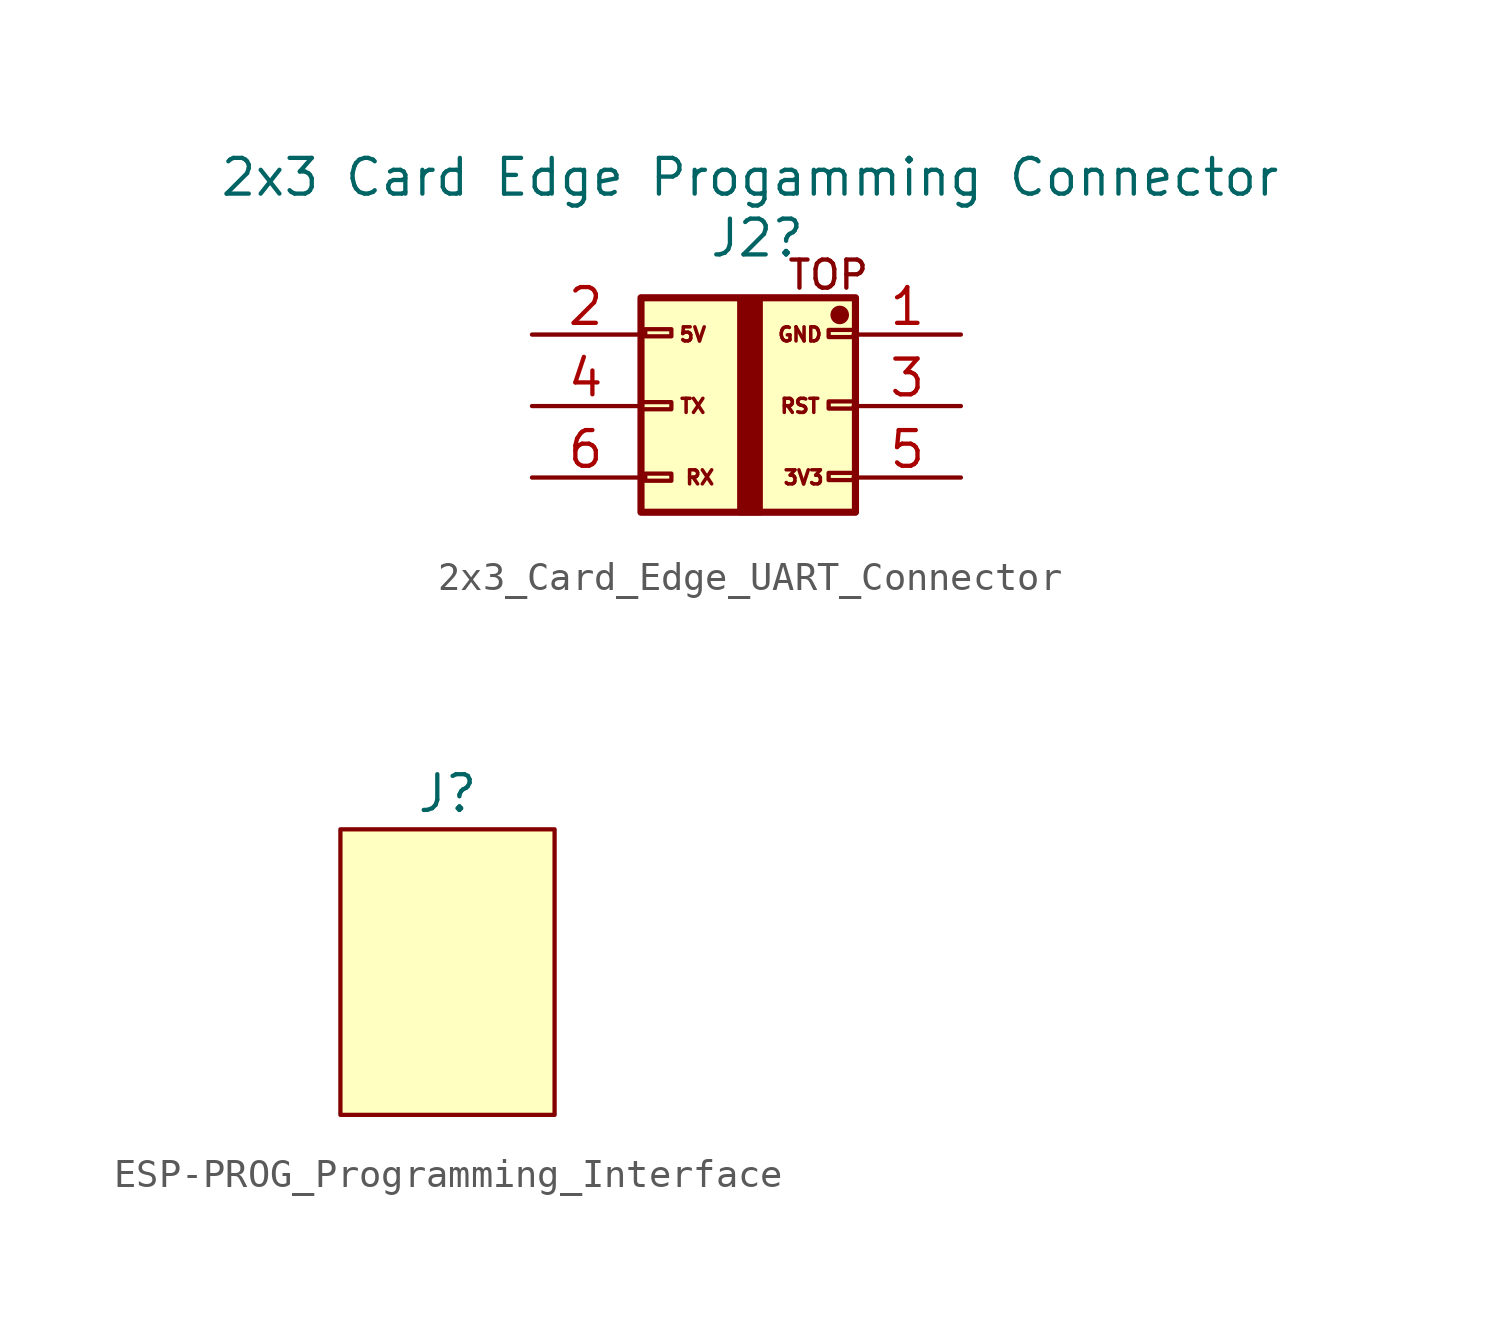
<source format=kicad_sym>
(kicad_symbol_lib
  (version 20220914)
  (generator kicad_symbol_editor)
  (symbol "2x3_Card_Edge_UART_Connector"
    (pin_names
      (offset 1.016) hide)
    (property "Reference" "J2"
      (at 2.286 2.159 0)
      (effects (font (size 1.27 1.27))))
    (property "Value" "2x3 Card Edge Progamming Connector"
      (at 2.032 4.318 0)
      (effects (font (size 1.27 1.27))))
    (symbol "2x3_Card_Edge_UART_Connector_1_1"
      (rectangle (start -1.841 -3.67) (end -0.762 -3.924) (stroke (width 0.152) (type default)) (fill (type none)))
      (rectangle (start -1.841 0.038) (end 5.779 -7.582) (stroke (width 0.254) (type default)) (fill (type background)))
      (rectangle (start -1.689 -6.21) (end -0.762 -6.464) (stroke (width 0.152) (type default)) (fill (type none)))
      (rectangle (start -1.689 -1.079) (end -0.762 -1.333) (stroke (width 0.152) (type default)) (fill (type none)))
      (rectangle (start 1.651 0) (end 2.413 -7.62) (stroke (width 0) (type default)) (fill (type outline)))
      (rectangle (start 4.826 -6.185) (end 5.779 -6.439) (stroke (width 0.152) (type default)) (fill (type none)))
      (rectangle (start 4.826 -3.645) (end 5.779 -3.899) (stroke (width 0.152) (type default)) (fill (type none)))
      (rectangle (start 4.826 -1.105) (end 5.779 -1.359) (stroke (width 0.152) (type default)) (fill (type none)))
      (circle (center 5.22 -0.572) (radius 0.254) (stroke (width 0) (type default)) (fill (type outline)))
      (text "3V3\n" (at 3.937 -6.35 0) (effects (font (size 0.5 0.5))))
      (text "5V\n" (at 0 -1.27 0) (effects (font (size 0.5 0.5))))
      (text "GND" (at 3.81 -1.27 0) (effects (font (size 0.5 0.5))))
      (text "RST" (at 3.81 -3.81 0) (effects (font (size 0.5 0.5))))
      (text "RX" (at 0.254 -6.35 0) (effects (font (size 0.5 0.5))))
      (text "TOP" (at 4.813 0.851 0) (effects (font (size 1 1))))
      (text "TX" (at 0 -3.81 0) (effects (font (size 0.5 0.5))))
      (pin passive line (at 9.525 -1.27 180) (length 3.81) (name "GND" (effects (font (size 1.27 1.27)))) (number "1" (effects (font (size 1.27 1.27)))))
      (pin power_out line (at -5.715 -1.27 0) (length 3.81) (name "5V" (effects (font (size 1.27 1.27)))) (number "2" (effects (font (size 1.27 1.27)))))
      (pin passive line (at 9.525 -3.81 180) (length 3.81) (name "RST" (effects (font (size 1.27 1.27)))) (number "3" (effects (font (size 1.27 1.27)))))
      (pin passive line (at -5.715 -3.81 0) (length 3.81) (name "TX" (effects (font (size 1.27 1.27)))) (number "4" (effects (font (size 1.27 1.27)))))
      (pin power_out line (at 9.525 -6.35 180) (length 3.81) (name "3V3" (effects (font (size 1.27 1.27)))) (number "5" (effects (font (size 1.27 1.27)))))
      (pin passive line (at -5.715 -6.35 0) (length 3.81) (name "RX" (effects (font (size 1.27 1.27)))) (number "6" (effects (font (size 1.27 1.27)))))))
  (symbol "ESP-PROG_Programming_Interface"
    (property "Reference" "J"
      (at 0 0 0)
      (effects (font (size 1.27 1.27))))
    (property "Value" ""
      (at 0 0 0)
      (effects (font (size 1.27 1.27))))
    (symbol "ESP-PROG_Programming_Interface_1_1"
      (rectangle (start -3.81 -1.27) (end 3.81 -11.43) (stroke (width 0) (type default)) (fill (type background))))))
</source>
